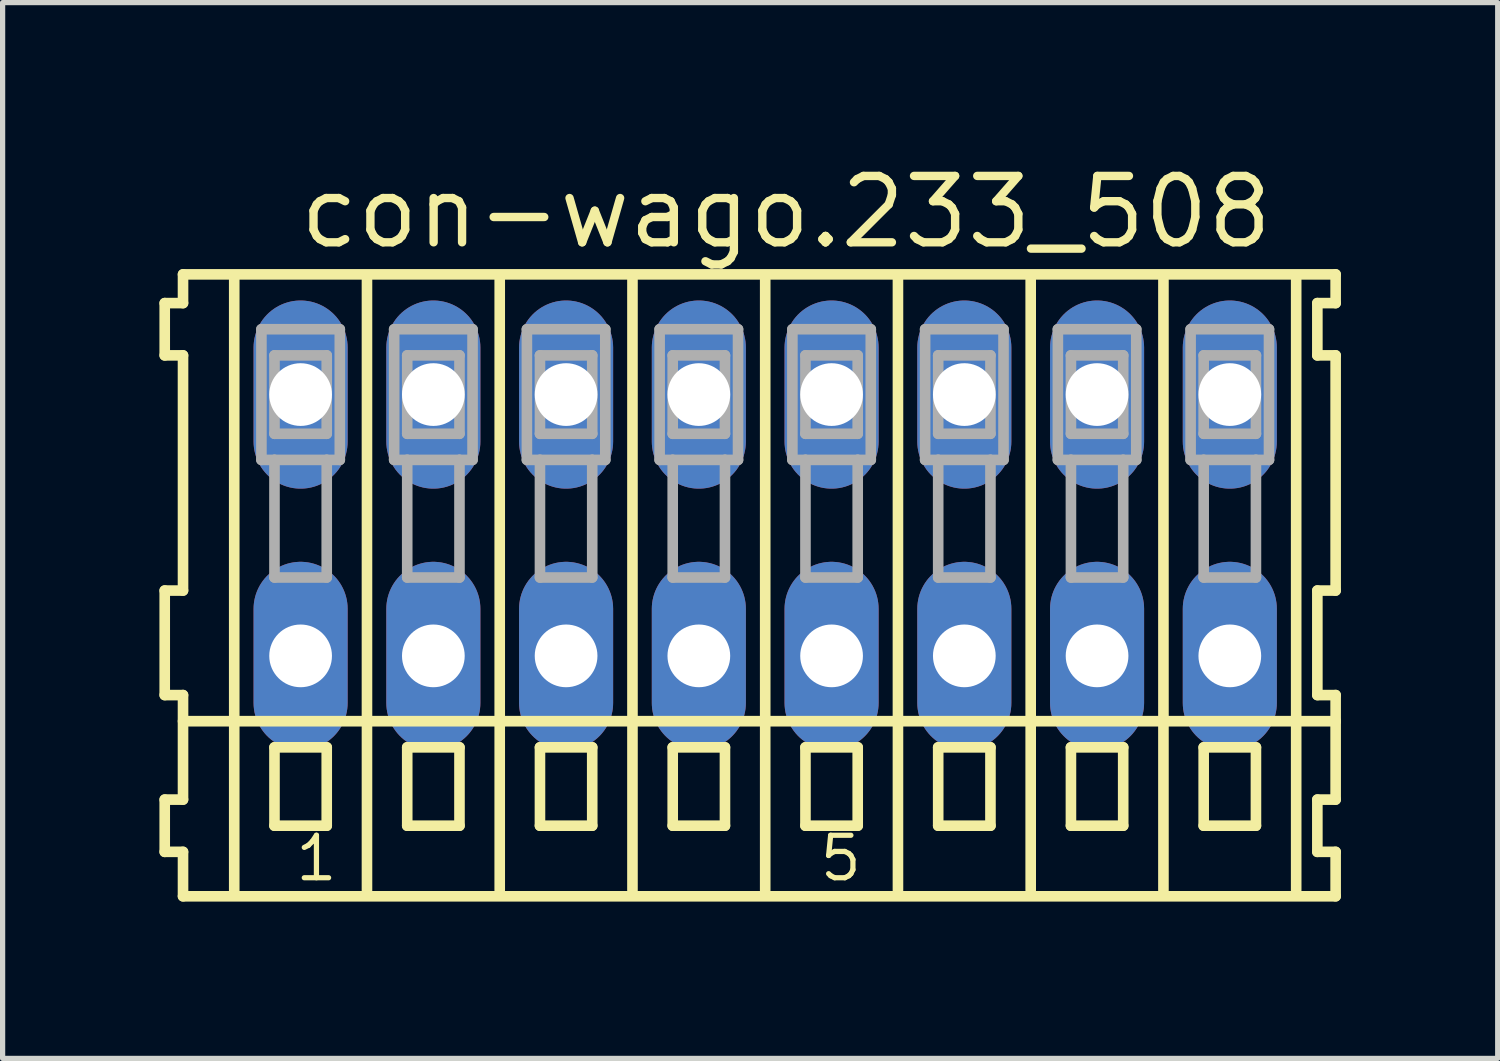
<source format=kicad_pcb>
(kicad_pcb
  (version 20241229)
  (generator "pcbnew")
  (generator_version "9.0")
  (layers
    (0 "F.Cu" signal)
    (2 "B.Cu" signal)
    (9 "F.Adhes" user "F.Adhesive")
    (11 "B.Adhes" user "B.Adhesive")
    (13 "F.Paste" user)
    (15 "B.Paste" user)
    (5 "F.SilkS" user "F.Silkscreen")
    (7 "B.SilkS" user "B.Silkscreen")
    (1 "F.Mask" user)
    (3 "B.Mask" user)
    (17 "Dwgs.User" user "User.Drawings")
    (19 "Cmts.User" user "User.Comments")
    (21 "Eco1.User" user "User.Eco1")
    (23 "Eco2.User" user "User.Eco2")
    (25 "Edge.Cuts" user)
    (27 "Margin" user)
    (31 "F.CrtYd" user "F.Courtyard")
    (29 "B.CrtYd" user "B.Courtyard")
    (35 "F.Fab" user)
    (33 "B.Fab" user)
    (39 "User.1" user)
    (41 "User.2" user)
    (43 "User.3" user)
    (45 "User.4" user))
  (footprint "con-wago.233_508"
    (layer "F.Cu")
    (at 11.592 7)
    (property "Reference" "con-wago.233_508" (at -8.99 -5.25 0) (layer "F.SilkS") (effects (font (size 1.27 1.27) (thickness 0.16)) (justify left bottom)))
    (attr through_hole)
    (fp_line (start -11.49 -4.25) (end -11.49 -3.25) (stroke (width 0.203) (type default)) (layer "F.SilkS"))
    (fp_line (start -11.49 -3.25) (end -11.14 -3.25) (stroke (width 0.203) (type default)) (layer "F.SilkS"))
    (fp_line (start -11.49 1.25) (end -11.49 3.25) (stroke (width 0.203) (type default)) (layer "F.SilkS"))
    (fp_line (start -11.49 3.25) (end -11.14 3.25) (stroke (width 0.203) (type default)) (layer "F.SilkS"))
    (fp_line (start -11.49 5.25) (end -11.49 6.25) (stroke (width 0.203) (type default)) (layer "F.SilkS"))
    (fp_line (start -11.49 6.25) (end -11.14 6.25) (stroke (width 0.203) (type default)) (layer "F.SilkS"))
    (fp_line (start -11.14 -4.8) (end -11.14 -4.25) (stroke (width 0.203) (type default)) (layer "F.SilkS"))
    (fp_line (start -11.14 -4.25) (end -11.49 -4.25) (stroke (width 0.203) (type default)) (layer "F.SilkS"))
    (fp_line (start -11.14 -3.25) (end -11.14 1.25) (stroke (width 0.203) (type default)) (layer "F.SilkS"))
    (fp_line (start -11.14 1.25) (end -11.49 1.25) (stroke (width 0.203) (type default)) (layer "F.SilkS"))
    (fp_line (start -11.14 3.25) (end -11.14 5.25) (stroke (width 0.203) (type default)) (layer "F.SilkS"))
    (fp_line (start -11.14 3.75) (end 10.915 3.75) (stroke (width 0.203) (type default)) (layer "F.SilkS"))
    (fp_line (start -11.14 5.25) (end -11.49 5.25) (stroke (width 0.203) (type default)) (layer "F.SilkS"))
    (fp_line (start -11.14 6.25) (end -11.14 7.1) (stroke (width 0.203) (type default)) (layer "F.SilkS"))
    (fp_line (start -11.14 7.1) (end 10.915 7.1) (stroke (width 0.203) (type default)) (layer "F.SilkS"))
    (fp_line (start -10.16 6.985) (end -10.16 -4.699) (stroke (width 0.203) (type default)) (layer "F.SilkS"))
    (fp_line (start -9.39 4.25) (end -9.39 5.75) (stroke (width 0.203) (type default)) (layer "F.SilkS"))
    (fp_line (start -9.39 5.75) (end -8.39 5.75) (stroke (width 0.203) (type default)) (layer "F.SilkS"))
    (fp_line (start -8.39 4.25) (end -9.39 4.25) (stroke (width 0.203) (type default)) (layer "F.SilkS"))
    (fp_line (start -8.39 5.75) (end -8.39 4.25) (stroke (width 0.203) (type default)) (layer "F.SilkS"))
    (fp_line (start -7.62 6.985) (end -7.62 -4.699) (stroke (width 0.203) (type default)) (layer "F.SilkS"))
    (fp_line (start -6.85 4.25) (end -6.85 5.75) (stroke (width 0.203) (type default)) (layer "F.SilkS"))
    (fp_line (start -6.85 5.75) (end -5.85 5.75) (stroke (width 0.203) (type default)) (layer "F.SilkS"))
    (fp_line (start -5.85 4.25) (end -6.85 4.25) (stroke (width 0.203) (type default)) (layer "F.SilkS"))
    (fp_line (start -5.85 5.75) (end -5.85 4.25) (stroke (width 0.203) (type default)) (layer "F.SilkS"))
    (fp_line (start -5.08 6.985) (end -5.08 -4.699) (stroke (width 0.203) (type default)) (layer "F.SilkS"))
    (fp_line (start -4.31 4.25) (end -4.31 5.75) (stroke (width 0.203) (type default)) (layer "F.SilkS"))
    (fp_line (start -4.31 5.75) (end -3.31 5.75) (stroke (width 0.203) (type default)) (layer "F.SilkS"))
    (fp_line (start -3.31 4.25) (end -4.31 4.25) (stroke (width 0.203) (type default)) (layer "F.SilkS"))
    (fp_line (start -3.31 5.75) (end -3.31 4.25) (stroke (width 0.203) (type default)) (layer "F.SilkS"))
    (fp_line (start -2.54 6.985) (end -2.54 -4.699) (stroke (width 0.203) (type default)) (layer "F.SilkS"))
    (fp_line (start -1.77 4.25) (end -1.77 5.75) (stroke (width 0.203) (type default)) (layer "F.SilkS"))
    (fp_line (start -1.77 5.75) (end -0.77 5.75) (stroke (width 0.203) (type default)) (layer "F.SilkS"))
    (fp_line (start -0.77 4.25) (end -1.77 4.25) (stroke (width 0.203) (type default)) (layer "F.SilkS"))
    (fp_line (start -0.77 5.75) (end -0.77 4.25) (stroke (width 0.203) (type default)) (layer "F.SilkS"))
    (fp_line (start 0 6.985) (end 0 -4.699) (stroke (width 0.203) (type default)) (layer "F.SilkS"))
    (fp_line (start 0.77 4.25) (end 0.77 5.75) (stroke (width 0.203) (type default)) (layer "F.SilkS"))
    (fp_line (start 0.77 5.75) (end 1.77 5.75) (stroke (width 0.203) (type default)) (layer "F.SilkS"))
    (fp_line (start 1.77 4.25) (end 0.77 4.25) (stroke (width 0.203) (type default)) (layer "F.SilkS"))
    (fp_line (start 1.77 5.75) (end 1.77 4.25) (stroke (width 0.203) (type default)) (layer "F.SilkS"))
    (fp_line (start 2.54 6.985) (end 2.54 -4.699) (stroke (width 0.203) (type default)) (layer "F.SilkS"))
    (fp_line (start 3.31 4.25) (end 3.31 5.75) (stroke (width 0.203) (type default)) (layer "F.SilkS"))
    (fp_line (start 3.31 5.75) (end 4.31 5.75) (stroke (width 0.203) (type default)) (layer "F.SilkS"))
    (fp_line (start 4.31 4.25) (end 3.31 4.25) (stroke (width 0.203) (type default)) (layer "F.SilkS"))
    (fp_line (start 4.31 5.75) (end 4.31 4.25) (stroke (width 0.203) (type default)) (layer "F.SilkS"))
    (fp_line (start 5.08 6.985) (end 5.08 -4.699) (stroke (width 0.203) (type default)) (layer "F.SilkS"))
    (fp_line (start 5.85 4.25) (end 5.85 5.75) (stroke (width 0.203) (type default)) (layer "F.SilkS"))
    (fp_line (start 5.85 5.75) (end 6.85 5.75) (stroke (width 0.203) (type default)) (layer "F.SilkS"))
    (fp_line (start 6.85 4.25) (end 5.85 4.25) (stroke (width 0.203) (type default)) (layer "F.SilkS"))
    (fp_line (start 6.85 5.75) (end 6.85 4.25) (stroke (width 0.203) (type default)) (layer "F.SilkS"))
    (fp_line (start 7.62 6.985) (end 7.62 -4.699) (stroke (width 0.203) (type default)) (layer "F.SilkS"))
    (fp_line (start 8.39 4.25) (end 8.39 5.75) (stroke (width 0.203) (type default)) (layer "F.SilkS"))
    (fp_line (start 8.39 5.75) (end 9.39 5.75) (stroke (width 0.203) (type default)) (layer "F.SilkS"))
    (fp_line (start 9.39 4.25) (end 8.39 4.25) (stroke (width 0.203) (type default)) (layer "F.SilkS"))
    (fp_line (start 9.39 5.75) (end 9.39 4.25) (stroke (width 0.203) (type default)) (layer "F.SilkS"))
    (fp_line (start 10.16 6.985) (end 10.16 -4.699) (stroke (width 0.203) (type default)) (layer "F.SilkS"))
    (fp_line (start 10.565 -4.25) (end 10.565 -3.25) (stroke (width 0.203) (type default)) (layer "F.SilkS"))
    (fp_line (start 10.565 -3.25) (end 10.915 -3.25) (stroke (width 0.203) (type default)) (layer "F.SilkS"))
    (fp_line (start 10.565 1.25) (end 10.565 3.25) (stroke (width 0.203) (type default)) (layer "F.SilkS"))
    (fp_line (start 10.565 3.25) (end 10.915 3.25) (stroke (width 0.203) (type default)) (layer "F.SilkS"))
    (fp_line (start 10.565 5.25) (end 10.565 6.25) (stroke (width 0.203) (type default)) (layer "F.SilkS"))
    (fp_line (start 10.565 6.25) (end 10.915 6.25) (stroke (width 0.203) (type default)) (layer "F.SilkS"))
    (fp_line (start 10.915 -4.8) (end -11.14 -4.8) (stroke (width 0.203) (type default)) (layer "F.SilkS"))
    (fp_line (start 10.915 -4.25) (end 10.565 -4.25) (stroke (width 0.203) (type default)) (layer "F.SilkS"))
    (fp_line (start 10.915 -4.25) (end 10.915 -4.8) (stroke (width 0.203) (type default)) (layer "F.SilkS"))
    (fp_line (start 10.915 1.25) (end 10.565 1.25) (stroke (width 0.203) (type default)) (layer "F.SilkS"))
    (fp_line (start 10.915 1.25) (end 10.915 -3.25) (stroke (width 0.203) (type default)) (layer "F.SilkS"))
    (fp_line (start 10.915 3.75) (end 10.915 3.25) (stroke (width 0.203) (type default)) (layer "F.SilkS"))
    (fp_line (start 10.915 5.25) (end 10.565 5.25) (stroke (width 0.203) (type default)) (layer "F.SilkS"))
    (fp_line (start 10.915 5.25) (end 10.915 3.75) (stroke (width 0.203) (type default)) (layer "F.SilkS"))
    (fp_line (start 10.915 7.1) (end 10.915 6.25) (stroke (width 0.203) (type default)) (layer "F.SilkS"))
    (fp_line (start -9.64 -3.75) (end -9.64 -1.25) (stroke (width 0.203) (type default)) (layer "F.Fab"))
    (fp_line (start -9.64 -1.25) (end -9.39 -1.25) (stroke (width 0.203) (type default)) (layer "F.Fab"))
    (fp_line (start -9.39 -3.25) (end -9.39 -1.75) (stroke (width 0.203) (type default)) (layer "F.Fab"))
    (fp_line (start -9.39 -1.75) (end -8.39 -1.75) (stroke (width 0.203) (type default)) (layer "F.Fab"))
    (fp_line (start -9.39 -1.25) (end -9.39 1) (stroke (width 0.203) (type default)) (layer "F.Fab"))
    (fp_line (start -9.39 -1.25) (end -8.39 -1.25) (stroke (width 0.203) (type default)) (layer "F.Fab"))
    (fp_line (start -9.39 1) (end -8.39 1) (stroke (width 0.203) (type default)) (layer "F.Fab"))
    (fp_line (start -8.39 -3.25) (end -9.39 -3.25) (stroke (width 0.203) (type default)) (layer "F.Fab"))
    (fp_line (start -8.39 -1.75) (end -8.39 -3.25) (stroke (width 0.203) (type default)) (layer "F.Fab"))
    (fp_line (start -8.39 -1.25) (end -8.14 -1.25) (stroke (width 0.203) (type default)) (layer "F.Fab"))
    (fp_line (start -8.39 1) (end -8.39 -1.25) (stroke (width 0.203) (type default)) (layer "F.Fab"))
    (fp_line (start -8.14 -3.75) (end -9.64 -3.75) (stroke (width 0.203) (type default)) (layer "F.Fab"))
    (fp_line (start -8.14 -1.25) (end -8.14 -3.75) (stroke (width 0.203) (type default)) (layer "F.Fab"))
    (fp_line (start -7.1 -3.75) (end -7.1 -1.25) (stroke (width 0.203) (type default)) (layer "F.Fab"))
    (fp_line (start -7.1 -1.25) (end -6.85 -1.25) (stroke (width 0.203) (type default)) (layer "F.Fab"))
    (fp_line (start -6.85 -3.25) (end -6.85 -1.75) (stroke (width 0.203) (type default)) (layer "F.Fab"))
    (fp_line (start -6.85 -1.75) (end -5.85 -1.75) (stroke (width 0.203) (type default)) (layer "F.Fab"))
    (fp_line (start -6.85 -1.25) (end -6.85 1) (stroke (width 0.203) (type default)) (layer "F.Fab"))
    (fp_line (start -6.85 -1.25) (end -5.85 -1.25) (stroke (width 0.203) (type default)) (layer "F.Fab"))
    (fp_line (start -6.85 1) (end -5.85 1) (stroke (width 0.203) (type default)) (layer "F.Fab"))
    (fp_line (start -5.85 -3.25) (end -6.85 -3.25) (stroke (width 0.203) (type default)) (layer "F.Fab"))
    (fp_line (start -5.85 -1.75) (end -5.85 -3.25) (stroke (width 0.203) (type default)) (layer "F.Fab"))
    (fp_line (start -5.85 -1.25) (end -5.6 -1.25) (stroke (width 0.203) (type default)) (layer "F.Fab"))
    (fp_line (start -5.85 1) (end -5.85 -1.25) (stroke (width 0.203) (type default)) (layer "F.Fab"))
    (fp_line (start -5.6 -3.75) (end -7.1 -3.75) (stroke (width 0.203) (type default)) (layer "F.Fab"))
    (fp_line (start -5.6 -1.25) (end -5.6 -3.75) (stroke (width 0.203) (type default)) (layer "F.Fab"))
    (fp_line (start -4.56 -3.75) (end -4.56 -1.25) (stroke (width 0.203) (type default)) (layer "F.Fab"))
    (fp_line (start -4.56 -1.25) (end -4.31 -1.25) (stroke (width 0.203) (type default)) (layer "F.Fab"))
    (fp_line (start -4.31 -3.25) (end -4.31 -1.75) (stroke (width 0.203) (type default)) (layer "F.Fab"))
    (fp_line (start -4.31 -1.75) (end -3.31 -1.75) (stroke (width 0.203) (type default)) (layer "F.Fab"))
    (fp_line (start -4.31 -1.25) (end -4.31 1) (stroke (width 0.203) (type default)) (layer "F.Fab"))
    (fp_line (start -4.31 -1.25) (end -3.31 -1.25) (stroke (width 0.203) (type default)) (layer "F.Fab"))
    (fp_line (start -4.31 1) (end -3.31 1) (stroke (width 0.203) (type default)) (layer "F.Fab"))
    (fp_line (start -3.31 -3.25) (end -4.31 -3.25) (stroke (width 0.203) (type default)) (layer "F.Fab"))
    (fp_line (start -3.31 -1.75) (end -3.31 -3.25) (stroke (width 0.203) (type default)) (layer "F.Fab"))
    (fp_line (start -3.31 -1.25) (end -3.06 -1.25) (stroke (width 0.203) (type default)) (layer "F.Fab"))
    (fp_line (start -3.31 1) (end -3.31 -1.25) (stroke (width 0.203) (type default)) (layer "F.Fab"))
    (fp_line (start -3.06 -3.75) (end -4.56 -3.75) (stroke (width 0.203) (type default)) (layer "F.Fab"))
    (fp_line (start -3.06 -1.25) (end -3.06 -3.75) (stroke (width 0.203) (type default)) (layer "F.Fab"))
    (fp_line (start -2.02 -3.75) (end -2.02 -1.25) (stroke (width 0.203) (type default)) (layer "F.Fab"))
    (fp_line (start -2.02 -1.25) (end -1.77 -1.25) (stroke (width 0.203) (type default)) (layer "F.Fab"))
    (fp_line (start -1.77 -3.25) (end -1.77 -1.75) (stroke (width 0.203) (type default)) (layer "F.Fab"))
    (fp_line (start -1.77 -1.75) (end -0.77 -1.75) (stroke (width 0.203) (type default)) (layer "F.Fab"))
    (fp_line (start -1.77 -1.25) (end -1.77 1) (stroke (width 0.203) (type default)) (layer "F.Fab"))
    (fp_line (start -1.77 -1.25) (end -0.77 -1.25) (stroke (width 0.203) (type default)) (layer "F.Fab"))
    (fp_line (start -1.77 1) (end -0.77 1) (stroke (width 0.203) (type default)) (layer "F.Fab"))
    (fp_line (start -0.77 -3.25) (end -1.77 -3.25) (stroke (width 0.203) (type default)) (layer "F.Fab"))
    (fp_line (start -0.77 -1.75) (end -0.77 -3.25) (stroke (width 0.203) (type default)) (layer "F.Fab"))
    (fp_line (start -0.77 -1.25) (end -0.52 -1.25) (stroke (width 0.203) (type default)) (layer "F.Fab"))
    (fp_line (start -0.77 1) (end -0.77 -1.25) (stroke (width 0.203) (type default)) (layer "F.Fab"))
    (fp_line (start -0.52 -3.75) (end -2.02 -3.75) (stroke (width 0.203) (type default)) (layer "F.Fab"))
    (fp_line (start -0.52 -1.25) (end -0.52 -3.75) (stroke (width 0.203) (type default)) (layer "F.Fab"))
    (fp_line (start 0.52 -3.75) (end 0.52 -1.25) (stroke (width 0.203) (type default)) (layer "F.Fab"))
    (fp_line (start 0.52 -1.25) (end 0.77 -1.25) (stroke (width 0.203) (type default)) (layer "F.Fab"))
    (fp_line (start 0.77 -3.25) (end 0.77 -1.75) (stroke (width 0.203) (type default)) (layer "F.Fab"))
    (fp_line (start 0.77 -1.75) (end 1.77 -1.75) (stroke (width 0.203) (type default)) (layer "F.Fab"))
    (fp_line (start 0.77 -1.25) (end 0.77 1) (stroke (width 0.203) (type default)) (layer "F.Fab"))
    (fp_line (start 0.77 -1.25) (end 1.77 -1.25) (stroke (width 0.203) (type default)) (layer "F.Fab"))
    (fp_line (start 0.77 1) (end 1.77 1) (stroke (width 0.203) (type default)) (layer "F.Fab"))
    (fp_line (start 1.77 -3.25) (end 0.77 -3.25) (stroke (width 0.203) (type default)) (layer "F.Fab"))
    (fp_line (start 1.77 -1.75) (end 1.77 -3.25) (stroke (width 0.203) (type default)) (layer "F.Fab"))
    (fp_line (start 1.77 -1.25) (end 2.02 -1.25) (stroke (width 0.203) (type default)) (layer "F.Fab"))
    (fp_line (start 1.77 1) (end 1.77 -1.25) (stroke (width 0.203) (type default)) (layer "F.Fab"))
    (fp_line (start 2.02 -3.75) (end 0.52 -3.75) (stroke (width 0.203) (type default)) (layer "F.Fab"))
    (fp_line (start 2.02 -1.25) (end 2.02 -3.75) (stroke (width 0.203) (type default)) (layer "F.Fab"))
    (fp_line (start 3.06 -3.75) (end 3.06 -1.25) (stroke (width 0.203) (type default)) (layer "F.Fab"))
    (fp_line (start 3.06 -1.25) (end 3.31 -1.25) (stroke (width 0.203) (type default)) (layer "F.Fab"))
    (fp_line (start 3.31 -3.25) (end 3.31 -1.75) (stroke (width 0.203) (type default)) (layer "F.Fab"))
    (fp_line (start 3.31 -1.75) (end 4.31 -1.75) (stroke (width 0.203) (type default)) (layer "F.Fab"))
    (fp_line (start 3.31 -1.25) (end 3.31 1) (stroke (width 0.203) (type default)) (layer "F.Fab"))
    (fp_line (start 3.31 -1.25) (end 4.31 -1.25) (stroke (width 0.203) (type default)) (layer "F.Fab"))
    (fp_line (start 3.31 1) (end 4.31 1) (stroke (width 0.203) (type default)) (layer "F.Fab"))
    (fp_line (start 4.31 -3.25) (end 3.31 -3.25) (stroke (width 0.203) (type default)) (layer "F.Fab"))
    (fp_line (start 4.31 -1.75) (end 4.31 -3.25) (stroke (width 0.203) (type default)) (layer "F.Fab"))
    (fp_line (start 4.31 -1.25) (end 4.56 -1.25) (stroke (width 0.203) (type default)) (layer "F.Fab"))
    (fp_line (start 4.31 1) (end 4.31 -1.25) (stroke (width 0.203) (type default)) (layer "F.Fab"))
    (fp_line (start 4.56 -3.75) (end 3.06 -3.75) (stroke (width 0.203) (type default)) (layer "F.Fab"))
    (fp_line (start 4.56 -1.25) (end 4.56 -3.75) (stroke (width 0.203) (type default)) (layer "F.Fab"))
    (fp_line (start 5.6 -3.75) (end 5.6 -1.25) (stroke (width 0.203) (type default)) (layer "F.Fab"))
    (fp_line (start 5.6 -1.25) (end 5.85 -1.25) (stroke (width 0.203) (type default)) (layer "F.Fab"))
    (fp_line (start 5.85 -3.25) (end 5.85 -1.75) (stroke (width 0.203) (type default)) (layer "F.Fab"))
    (fp_line (start 5.85 -1.75) (end 6.85 -1.75) (stroke (width 0.203) (type default)) (layer "F.Fab"))
    (fp_line (start 5.85 -1.25) (end 5.85 1) (stroke (width 0.203) (type default)) (layer "F.Fab"))
    (fp_line (start 5.85 -1.25) (end 6.85 -1.25) (stroke (width 0.203) (type default)) (layer "F.Fab"))
    (fp_line (start 5.85 1) (end 6.85 1) (stroke (width 0.203) (type default)) (layer "F.Fab"))
    (fp_line (start 6.85 -3.25) (end 5.85 -3.25) (stroke (width 0.203) (type default)) (layer "F.Fab"))
    (fp_line (start 6.85 -1.75) (end 6.85 -3.25) (stroke (width 0.203) (type default)) (layer "F.Fab"))
    (fp_line (start 6.85 -1.25) (end 7.1 -1.25) (stroke (width 0.203) (type default)) (layer "F.Fab"))
    (fp_line (start 6.85 1) (end 6.85 -1.25) (stroke (width 0.203) (type default)) (layer "F.Fab"))
    (fp_line (start 7.1 -3.75) (end 5.6 -3.75) (stroke (width 0.203) (type default)) (layer "F.Fab"))
    (fp_line (start 7.1 -1.25) (end 7.1 -3.75) (stroke (width 0.203) (type default)) (layer "F.Fab"))
    (fp_line (start 8.14 -3.75) (end 8.14 -1.25) (stroke (width 0.203) (type default)) (layer "F.Fab"))
    (fp_line (start 8.14 -1.25) (end 8.39 -1.25) (stroke (width 0.203) (type default)) (layer "F.Fab"))
    (fp_line (start 8.39 -3.25) (end 8.39 -1.75) (stroke (width 0.203) (type default)) (layer "F.Fab"))
    (fp_line (start 8.39 -1.75) (end 9.39 -1.75) (stroke (width 0.203) (type default)) (layer "F.Fab"))
    (fp_line (start 8.39 -1.25) (end 8.39 1) (stroke (width 0.203) (type default)) (layer "F.Fab"))
    (fp_line (start 8.39 -1.25) (end 9.39 -1.25) (stroke (width 0.203) (type default)) (layer "F.Fab"))
    (fp_line (start 8.39 1) (end 9.39 1) (stroke (width 0.203) (type default)) (layer "F.Fab"))
    (fp_line (start 9.39 -3.25) (end 8.39 -3.25) (stroke (width 0.203) (type default)) (layer "F.Fab"))
    (fp_line (start 9.39 -1.75) (end 9.39 -3.25) (stroke (width 0.203) (type default)) (layer "F.Fab"))
    (fp_line (start 9.39 -1.25) (end 9.64 -1.25) (stroke (width 0.203) (type default)) (layer "F.Fab"))
    (fp_line (start 9.39 1) (end 9.39 -1.25) (stroke (width 0.203) (type default)) (layer "F.Fab"))
    (fp_line (start 9.64 -3.75) (end 8.14 -3.75) (stroke (width 0.203) (type default)) (layer "F.Fab"))
    (fp_line (start 9.64 -1.25) (end 9.64 -3.75) (stroke (width 0.203) (type default)) (layer "F.Fab"))
    (fp_text user "5" (at 0.993 6.85 0) (layer "F.SilkS") (effects (font (size 0.813 0.813) (thickness 0.1)) (justify left bottom)))
    (fp_text user "1" (at -9.04 6.85 0) (layer "F.SilkS") (effects (font (size 0.813 0.813) (thickness 0.1)) (justify left bottom)))
    (pad "A1" thru_hole oval (at -8.89 -2.5 90) (size 3.6 1.8) (drill 1.2) (layers "*.Cu" "*.Mask"))
    (pad "A2" thru_hole oval (at -6.35 -2.5 90) (size 3.6 1.8) (drill 1.2) (layers "*.Cu" "*.Mask"))
    (pad "A3" thru_hole oval (at -3.81 -2.5 90) (size 3.6 1.8) (drill 1.2) (layers "*.Cu" "*.Mask"))
    (pad "A4" thru_hole oval (at -1.27 -2.5 90) (size 3.6 1.8) (drill 1.2) (layers "*.Cu" "*.Mask"))
    (pad "A5" thru_hole oval (at 1.27 -2.5 90) (size 3.6 1.8) (drill 1.2) (layers "*.Cu" "*.Mask"))
    (pad "A6" thru_hole oval (at 3.81 -2.5 90) (size 3.6 1.8) (drill 1.2) (layers "*.Cu" "*.Mask"))
    (pad "A7" thru_hole oval (at 6.35 -2.5 90) (size 3.6 1.8) (drill 1.2) (layers "*.Cu" "*.Mask"))
    (pad "A8" thru_hole oval (at 8.89 -2.5 90) (size 3.6 1.8) (drill 1.2) (layers "*.Cu" "*.Mask"))
    (pad "B1" thru_hole oval (at -8.89 2.5 90) (size 3.6 1.8) (drill 1.2) (layers "*.Cu" "*.Mask"))
    (pad "B2" thru_hole oval (at -6.35 2.5 90) (size 3.6 1.8) (drill 1.2) (layers "*.Cu" "*.Mask"))
    (pad "B3" thru_hole oval (at -3.81 2.5 90) (size 3.6 1.8) (drill 1.2) (layers "*.Cu" "*.Mask"))
    (pad "B4" thru_hole oval (at -1.27 2.5 90) (size 3.6 1.8) (drill 1.2) (layers "*.Cu" "*.Mask"))
    (pad "B5" thru_hole oval (at 1.27 2.5 90) (size 3.6 1.8) (drill 1.2) (layers "*.Cu" "*.Mask"))
    (pad "B6" thru_hole oval (at 3.81 2.5 90) (size 3.6 1.8) (drill 1.2) (layers "*.Cu" "*.Mask"))
    (pad "B7" thru_hole oval (at 6.35 2.5 90) (size 3.6 1.8) (drill 1.2) (layers "*.Cu" "*.Mask"))
    (pad "B8" thru_hole oval (at 8.89 2.5 90) (size 3.6 1.8) (drill 1.2) (layers "*.Cu" "*.Mask")))
  (gr_rect
    (start -3 -3)
    (end 25.608 17.202)
    (stroke (width 0.1) (type default))
    (fill no)
    (layer "Edge.Cuts")))
</source>
